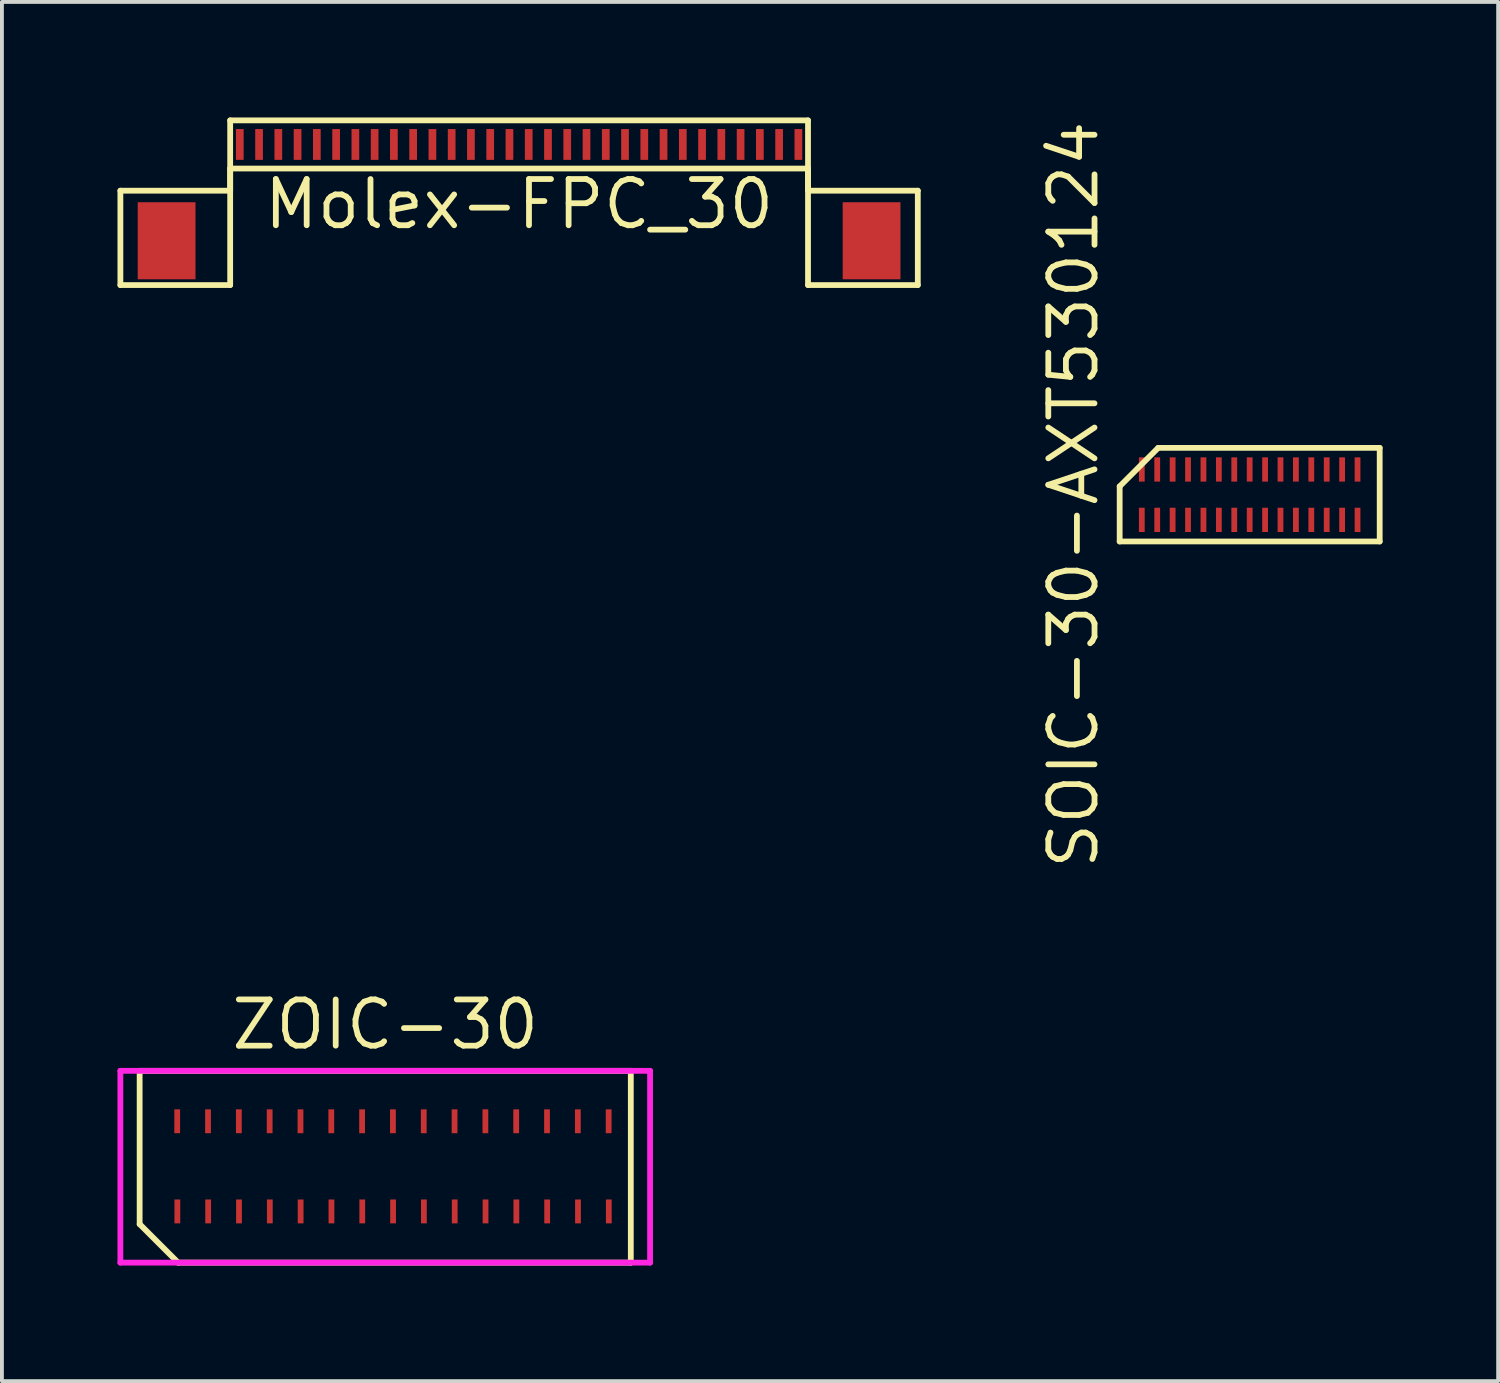
<source format=kicad_pcb>
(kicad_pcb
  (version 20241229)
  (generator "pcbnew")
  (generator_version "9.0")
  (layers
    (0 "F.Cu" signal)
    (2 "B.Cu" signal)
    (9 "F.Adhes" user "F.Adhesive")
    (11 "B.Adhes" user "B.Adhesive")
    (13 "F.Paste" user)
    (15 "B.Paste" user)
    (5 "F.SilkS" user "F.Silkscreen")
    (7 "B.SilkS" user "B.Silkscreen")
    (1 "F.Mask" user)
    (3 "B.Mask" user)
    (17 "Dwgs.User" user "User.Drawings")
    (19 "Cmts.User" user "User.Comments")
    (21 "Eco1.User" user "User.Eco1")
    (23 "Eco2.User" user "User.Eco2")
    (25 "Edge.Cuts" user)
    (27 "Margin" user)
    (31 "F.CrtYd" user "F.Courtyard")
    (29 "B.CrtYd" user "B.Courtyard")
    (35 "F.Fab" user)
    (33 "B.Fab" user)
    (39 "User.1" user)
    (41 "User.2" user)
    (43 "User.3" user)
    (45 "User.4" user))
  (footprint "SOIC-30-AXT530124"
    (layer "F.Cu")
    (at 29.39 9.791)
    (property "Reference" "SOIC-30-AXT530124" (at -4.575 0 90) (layer "F.SilkS") (effects (font (size 1.2 1.2) (thickness 0.15))))
    (attr through_hole)
    (fp_line (start -3.375 -0.215) (end -3.375 1.215) (stroke (width 0.15) (type solid)) (layer "F.SilkS"))
    (fp_line (start -3.375 1.215) (end 3.375 1.215) (stroke (width 0.15) (type solid)) (layer "F.SilkS"))
    (fp_line (start -2.375 -1.215) (end -3.375 -0.215) (stroke (width 0.15) (type solid)) (layer "F.SilkS"))
    (fp_line (start 3.375 -1.215) (end -2.375 -1.215) (stroke (width 0.15) (type solid)) (layer "F.SilkS"))
    (fp_line (start 3.375 1.215) (end 3.375 -1.215) (stroke (width 0.15) (type solid)) (layer "F.SilkS"))
    (pad "1" smd rect (at -2.8 0.654) (size 0.15 0.63) (layers "F.Cu" "F.Mask" "F.Paste"))
    (pad "2" smd rect (at -2.4 0.654) (size 0.15 0.63) (layers "F.Cu" "F.Mask" "F.Paste"))
    (pad "3" smd rect (at -2 0.654) (size 0.15 0.63) (layers "F.Cu" "F.Mask" "F.Paste"))
    (pad "4" smd rect (at -1.6 0.654) (size 0.15 0.63) (layers "F.Cu" "F.Mask" "F.Paste"))
    (pad "5" smd rect (at -1.2 0.654) (size 0.15 0.63) (layers "F.Cu" "F.Mask" "F.Paste"))
    (pad "6" smd rect (at -0.8 0.654) (size 0.15 0.63) (layers "F.Cu" "F.Mask" "F.Paste"))
    (pad "7" smd rect (at -0.4 0.654) (size 0.15 0.63) (layers "F.Cu" "F.Mask" "F.Paste"))
    (pad "8" smd rect (at 0 0.654) (size 0.15 0.63) (layers "F.Cu" "F.Mask" "F.Paste"))
    (pad "9" smd rect (at 0.4 0.654) (size 0.15 0.63) (layers "F.Cu" "F.Mask" "F.Paste"))
    (pad "10" smd rect (at 0.8 0.654) (size 0.15 0.63) (layers "F.Cu" "F.Mask" "F.Paste"))
    (pad "11" smd rect (at 1.2 0.654) (size 0.15 0.63) (layers "F.Cu" "F.Mask" "F.Paste"))
    (pad "12" smd rect (at 1.6 0.654) (size 0.15 0.63) (layers "F.Cu" "F.Mask" "F.Paste"))
    (pad "13" smd rect (at 2 0.654) (size 0.15 0.63) (layers "F.Cu" "F.Mask" "F.Paste"))
    (pad "14" smd rect (at 2.4 0.654) (size 0.15 0.63) (layers "F.Cu" "F.Mask" "F.Paste"))
    (pad "15" smd rect (at 2.8 0.654) (size 0.15 0.63) (layers "F.Cu" "F.Mask" "F.Paste"))
    (pad "16" smd rect (at 2.8 -0.654) (size 0.15 0.63) (layers "F.Cu" "F.Mask" "F.Paste"))
    (pad "17" smd rect (at 2.4 -0.654) (size 0.15 0.63) (layers "F.Cu" "F.Mask" "F.Paste"))
    (pad "18" smd rect (at 2 -0.654) (size 0.15 0.63) (layers "F.Cu" "F.Mask" "F.Paste"))
    (pad "19" smd rect (at 1.6 -0.654) (size 0.15 0.63) (layers "F.Cu" "F.Mask" "F.Paste"))
    (pad "20" smd rect (at 1.2 -0.654) (size 0.15 0.63) (layers "F.Cu" "F.Mask" "F.Paste"))
    (pad "21" smd rect (at 0.8 -0.654) (size 0.15 0.63) (layers "F.Cu" "F.Mask" "F.Paste"))
    (pad "22" smd rect (at 0.4 -0.654) (size 0.15 0.63) (layers "F.Cu" "F.Mask" "F.Paste"))
    (pad "23" smd rect (at 0 -0.654) (size 0.15 0.63) (layers "F.Cu" "F.Mask" "F.Paste"))
    (pad "24" smd rect (at -0.4 -0.654) (size 0.15 0.63) (layers "F.Cu" "F.Mask" "F.Paste"))
    (pad "25" smd rect (at -0.8 -0.654) (size 0.15 0.63) (layers "F.Cu" "F.Mask" "F.Paste"))
    (pad "26" smd rect (at -1.2 -0.654) (size 0.15 0.63) (layers "F.Cu" "F.Mask" "F.Paste"))
    (pad "27" smd rect (at -1.6 -0.654) (size 0.15 0.63) (layers "F.Cu" "F.Mask" "F.Paste"))
    (pad "28" smd rect (at -2 -0.654) (size 0.15 0.63) (layers "F.Cu" "F.Mask" "F.Paste"))
    (pad "29" smd rect (at -2.4 -0.654) (size 0.15 0.63) (layers "F.Cu" "F.Mask" "F.Paste"))
    (pad "30" smd rect (at -2.8 -0.654) (size 0.15 0.63) (layers "F.Cu" "F.Mask" "F.Paste")))
  (footprint "Molex-FPC_30"
    (layer "F.Cu")
    (at 10.425 0.7)
    (property "Reference" "Molex-FPC_30" (at 0 1.55 0) (layer "F.SilkS") (effects (font (size 1.2 1.2) (thickness 0.15))))
    (attr through_hole)
    (fp_line (start -10.35 1.2) (end -7.5 1.2) (stroke (width 0.15) (type solid)) (layer "F.SilkS"))
    (fp_line (start -10.35 3.65) (end -10.35 1.2) (stroke (width 0.15) (type solid)) (layer "F.SilkS"))
    (fp_line (start -7.5 -0.625) (end 7.5 -0.625) (stroke (width 0.15) (type solid)) (layer "F.SilkS"))
    (fp_line (start -7.5 0.625) (end -7.5 3.65) (stroke (width 0.15) (type solid)) (layer "F.SilkS"))
    (fp_line (start -7.5 0.625) (end 7.5 0.625) (stroke (width 0.15) (type solid)) (layer "F.SilkS"))
    (fp_line (start -7.5 1.2) (end -7.5 -0.625) (stroke (width 0.15) (type solid)) (layer "F.SilkS"))
    (fp_line (start -7.5 3.65) (end -10.35 3.65) (stroke (width 0.15) (type solid)) (layer "F.SilkS"))
    (fp_line (start 7.5 0.625) (end 7.5 3.65) (stroke (width 0.15) (type solid)) (layer "F.SilkS"))
    (fp_line (start 7.5 1.2) (end 7.5 -0.625) (stroke (width 0.15) (type solid)) (layer "F.SilkS"))
    (fp_line (start 7.5 3.65) (end 10.35 3.65) (stroke (width 0.15) (type solid)) (layer "F.SilkS"))
    (fp_line (start 10.35 1.2) (end 7.5 1.2) (stroke (width 0.15) (type solid)) (layer "F.SilkS"))
    (fp_line (start 10.35 3.65) (end 10.35 1.2) (stroke (width 0.15) (type solid)) (layer "F.SilkS"))
    (pad "0" smd rect (at -9.15 2.5) (size 1.5 2) (layers "F.Cu" "F.Mask" "F.Paste"))
    (pad "0" smd rect (at 9.15 2.5) (size 1.5 2) (layers "F.Cu" "F.Mask" "F.Paste"))
    (pad "1" smd rect (at -7.25 0) (size 0.2 0.8) (layers "F.Cu" "F.Mask" "F.Paste"))
    (pad "2" smd rect (at -6.75 0) (size 0.2 0.8) (layers "F.Cu" "F.Mask" "F.Paste"))
    (pad "3" smd rect (at -6.25 0) (size 0.2 0.8) (layers "F.Cu" "F.Mask" "F.Paste"))
    (pad "4" smd rect (at -5.75 0) (size 0.2 0.8) (layers "F.Cu" "F.Mask" "F.Paste"))
    (pad "5" smd rect (at -5.25 0) (size 0.2 0.8) (layers "F.Cu" "F.Mask" "F.Paste"))
    (pad "6" smd rect (at -4.75 0) (size 0.2 0.8) (layers "F.Cu" "F.Mask" "F.Paste"))
    (pad "7" smd rect (at -4.25 0) (size 0.2 0.8) (layers "F.Cu" "F.Mask" "F.Paste"))
    (pad "8" smd rect (at -3.75 0) (size 0.2 0.8) (layers "F.Cu" "F.Mask" "F.Paste"))
    (pad "9" smd rect (at -3.25 0) (size 0.2 0.8) (layers "F.Cu" "F.Mask" "F.Paste"))
    (pad "10" smd rect (at -2.75 0) (size 0.2 0.8) (layers "F.Cu" "F.Mask" "F.Paste"))
    (pad "11" smd rect (at -2.25 0) (size 0.2 0.8) (layers "F.Cu" "F.Mask" "F.Paste"))
    (pad "12" smd rect (at -1.75 0) (size 0.2 0.8) (layers "F.Cu" "F.Mask" "F.Paste"))
    (pad "13" smd rect (at -1.25 0) (size 0.2 0.8) (layers "F.Cu" "F.Mask" "F.Paste"))
    (pad "14" smd rect (at -0.75 0) (size 0.2 0.8) (layers "F.Cu" "F.Mask" "F.Paste"))
    (pad "15" smd rect (at -0.25 0) (size 0.2 0.8) (layers "F.Cu" "F.Mask" "F.Paste"))
    (pad "16" smd rect (at 0.25 0) (size 0.2 0.8) (layers "F.Cu" "F.Mask" "F.Paste"))
    (pad "17" smd rect (at 0.75 0) (size 0.2 0.8) (layers "F.Cu" "F.Mask" "F.Paste"))
    (pad "18" smd rect (at 1.25 0) (size 0.2 0.8) (layers "F.Cu" "F.Mask" "F.Paste"))
    (pad "19" smd rect (at 1.75 0) (size 0.2 0.8) (layers "F.Cu" "F.Mask" "F.Paste"))
    (pad "20" smd rect (at 2.25 0) (size 0.2 0.8) (layers "F.Cu" "F.Mask" "F.Paste"))
    (pad "21" smd rect (at 2.75 0) (size 0.2 0.8) (layers "F.Cu" "F.Mask" "F.Paste"))
    (pad "22" smd rect (at 3.25 0) (size 0.2 0.8) (layers "F.Cu" "F.Mask" "F.Paste"))
    (pad "23" smd rect (at 3.75 0) (size 0.2 0.8) (layers "F.Cu" "F.Mask" "F.Paste"))
    (pad "24" smd rect (at 4.25 0) (size 0.2 0.8) (layers "F.Cu" "F.Mask" "F.Paste"))
    (pad "25" smd rect (at 4.75 0) (size 0.2 0.8) (layers "F.Cu" "F.Mask" "F.Paste"))
    (pad "26" smd rect (at 5.25 0) (size 0.2 0.8) (layers "F.Cu" "F.Mask" "F.Paste"))
    (pad "27" smd rect (at 5.75 0) (size 0.2 0.8) (layers "F.Cu" "F.Mask" "F.Paste"))
    (pad "28" smd rect (at 6.25 0) (size 0.2 0.8) (layers "F.Cu" "F.Mask" "F.Paste"))
    (pad "29" smd rect (at 6.75 0) (size 0.2 0.8) (layers "F.Cu" "F.Mask" "F.Paste"))
    (pad "30" smd rect (at 7.25 0) (size 0.2 0.8) (layers "F.Cu" "F.Mask" "F.Paste")))
  (footprint "ZOIC-30"
    (layer "F.Cu")
    (at 6.95 27.237)
    (property "Reference" "ZOIC-30" (at 0 -3.69 0) (layer "F.SilkS") (effects (font (size 1.2 1.2) (thickness 0.15))))
    (attr through_hole)
    (fp_line (start -6.375 -2.49) (end 6.375 -2.49) (stroke (width 0.15) (type solid)) (layer "F.SilkS"))
    (fp_line (start -6.375 1.49) (end -6.375 -2.49) (stroke (width 0.15) (type solid)) (layer "F.SilkS"))
    (fp_line (start -5.375 2.49) (end -6.375 1.49) (stroke (width 0.15) (type solid)) (layer "F.SilkS"))
    (fp_line (start 6.375 -2.49) (end 6.375 2.49) (stroke (width 0.15) (type solid)) (layer "F.SilkS"))
    (fp_line (start 6.375 2.49) (end -5.375 2.49) (stroke (width 0.15) (type solid)) (layer "F.SilkS"))
    (fp_line (start -6.875 -2.49) (end 6.875 -2.49) (stroke (width 0.15) (type solid)) (layer "F.CrtYd"))
    (fp_line (start -6.875 2.49) (end -6.875 -2.49) (stroke (width 0.15) (type solid)) (layer "F.CrtYd"))
    (fp_line (start 6.875 -2.49) (end 6.875 2.49) (stroke (width 0.15) (type solid)) (layer "F.CrtYd"))
    (fp_line (start 6.875 2.49) (end -6.875 2.49) (stroke (width 0.15) (type solid)) (layer "F.CrtYd"))
    (pad "1" smd rect (at -5.396 1.16) (size 0.15 0.62) (layers "F.Cu" "F.Mask" "F.Paste"))
    (pad "2" smd rect (at -5.4 -1.18) (size 0.15 0.62) (layers "F.Cu" "F.Mask" "F.Paste"))
    (pad "3" smd rect (at -4.596 1.16) (size 0.15 0.62) (layers "F.Cu" "F.Mask" "F.Paste"))
    (pad "4" smd rect (at -4.6 -1.18) (size 0.15 0.62) (layers "F.Cu" "F.Mask" "F.Paste"))
    (pad "5" smd rect (at -3.796 1.16) (size 0.15 0.62) (layers "F.Cu" "F.Mask" "F.Paste"))
    (pad "6" smd rect (at -3.8 -1.18) (size 0.15 0.62) (layers "F.Cu" "F.Mask" "F.Paste"))
    (pad "7" smd rect (at -2.996 1.16) (size 0.15 0.62) (layers "F.Cu" "F.Mask" "F.Paste"))
    (pad "8" smd rect (at -3 -1.18) (size 0.15 0.62) (layers "F.Cu" "F.Mask" "F.Paste"))
    (pad "9" smd rect (at -2.196 1.16) (size 0.15 0.62) (layers "F.Cu" "F.Mask" "F.Paste"))
    (pad "10" smd rect (at -2.2 -1.18) (size 0.15 0.62) (layers "F.Cu" "F.Mask" "F.Paste"))
    (pad "11" smd rect (at -1.396 1.16) (size 0.15 0.62) (layers "F.Cu" "F.Mask" "F.Paste"))
    (pad "12" smd rect (at -1.4 -1.18) (size 0.15 0.62) (layers "F.Cu" "F.Mask" "F.Paste"))
    (pad "13" smd rect (at -0.596 1.16) (size 0.15 0.62) (layers "F.Cu" "F.Mask" "F.Paste"))
    (pad "14" smd rect (at -0.6 -1.18) (size 0.15 0.62) (layers "F.Cu" "F.Mask" "F.Paste"))
    (pad "15" smd rect (at 0.204 1.16) (size 0.15 0.62) (layers "F.Cu" "F.Mask" "F.Paste"))
    (pad "16" smd rect (at 0.2 -1.18) (size 0.15 0.62) (layers "F.Cu" "F.Mask" "F.Paste"))
    (pad "17" smd rect (at 1.004 1.16) (size 0.15 0.62) (layers "F.Cu" "F.Mask" "F.Paste"))
    (pad "18" smd rect (at 1 -1.18) (size 0.15 0.62) (layers "F.Cu" "F.Mask" "F.Paste"))
    (pad "19" smd rect (at 1.804 1.16) (size 0.15 0.62) (layers "F.Cu" "F.Mask" "F.Paste"))
    (pad "20" smd rect (at 1.8 -1.18) (size 0.15 0.62) (layers "F.Cu" "F.Mask" "F.Paste"))
    (pad "21" smd rect (at 2.604 1.16) (size 0.15 0.62) (layers "F.Cu" "F.Mask" "F.Paste"))
    (pad "22" smd rect (at 2.6 -1.18) (size 0.15 0.62) (layers "F.Cu" "F.Mask" "F.Paste"))
    (pad "23" smd rect (at 3.404 1.16) (size 0.15 0.62) (layers "F.Cu" "F.Mask" "F.Paste"))
    (pad "24" smd rect (at 3.4 -1.18) (size 0.15 0.62) (layers "F.Cu" "F.Mask" "F.Paste"))
    (pad "25" smd rect (at 4.204 1.16) (size 0.15 0.62) (layers "F.Cu" "F.Mask" "F.Paste"))
    (pad "26" smd rect (at 4.2 -1.18) (size 0.15 0.62) (layers "F.Cu" "F.Mask" "F.Paste"))
    (pad "27" smd rect (at 5.004 1.16) (size 0.15 0.62) (layers "F.Cu" "F.Mask" "F.Paste"))
    (pad "28" smd rect (at 5 -1.18) (size 0.15 0.62) (layers "F.Cu" "F.Mask" "F.Paste"))
    (pad "29" smd rect (at 5.804 1.16) (size 0.15 0.62) (layers "F.Cu" "F.Mask" "F.Paste"))
    (pad "30" smd rect (at 5.8 -1.18) (size 0.15 0.62) (layers "F.Cu" "F.Mask" "F.Paste")))
  (gr_rect
    (start -3 -3)
    (end 35.84 32.802)
    (stroke (width 0.1) (type default))
    (fill no)
    (layer "Edge.Cuts")))
</source>
